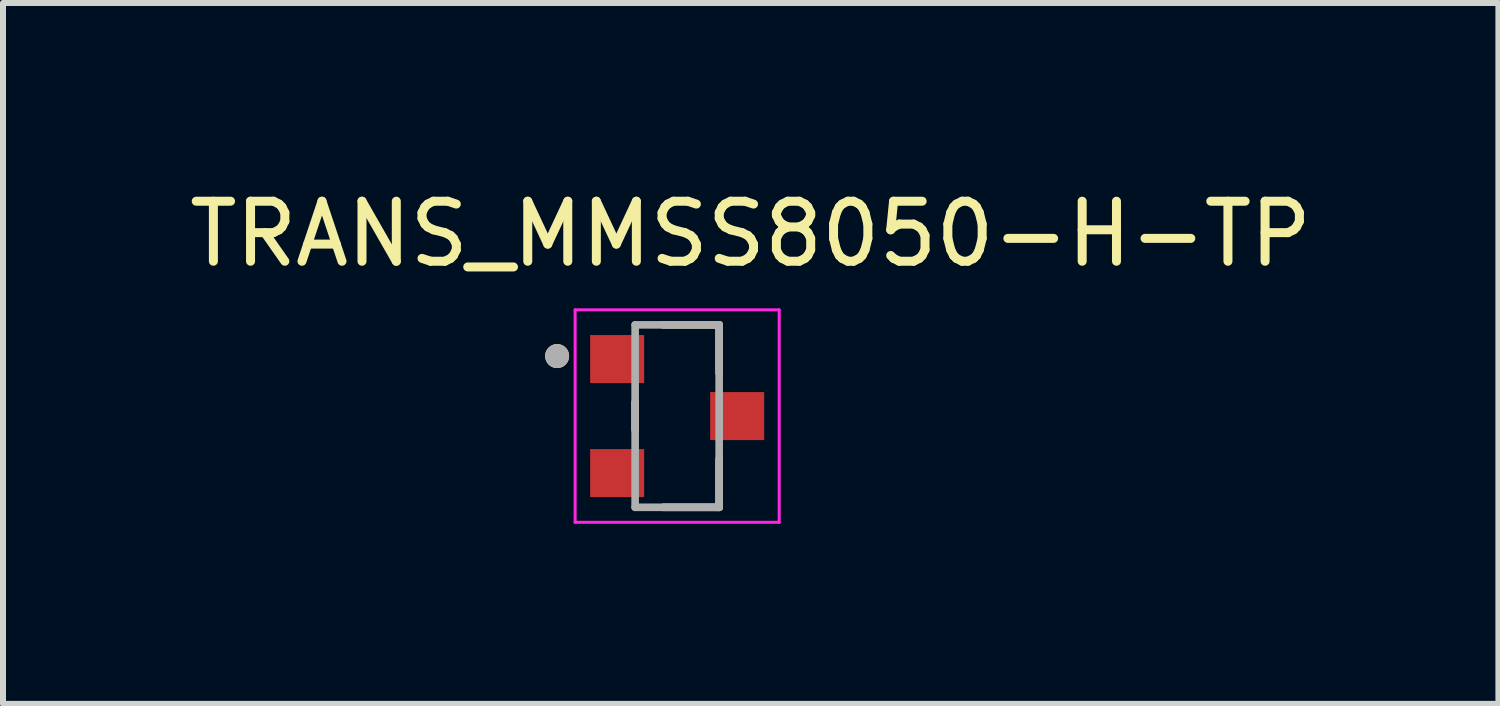
<source format=kicad_pcb>
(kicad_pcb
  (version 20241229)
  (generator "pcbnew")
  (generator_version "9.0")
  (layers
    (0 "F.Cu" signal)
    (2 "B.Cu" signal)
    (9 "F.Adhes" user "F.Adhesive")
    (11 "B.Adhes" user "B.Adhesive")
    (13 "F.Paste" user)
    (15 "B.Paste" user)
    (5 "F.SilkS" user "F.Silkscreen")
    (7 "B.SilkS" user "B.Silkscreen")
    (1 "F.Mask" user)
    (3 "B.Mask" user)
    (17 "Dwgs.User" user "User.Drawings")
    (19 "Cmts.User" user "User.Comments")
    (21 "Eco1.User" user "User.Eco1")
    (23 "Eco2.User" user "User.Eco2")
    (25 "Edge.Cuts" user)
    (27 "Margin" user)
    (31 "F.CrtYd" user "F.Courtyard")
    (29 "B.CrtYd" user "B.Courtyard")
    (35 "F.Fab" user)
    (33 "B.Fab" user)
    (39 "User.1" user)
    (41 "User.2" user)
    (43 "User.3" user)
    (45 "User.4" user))
  (footprint "TRANS_MMSS8050-H-TP"
    (layer "F.Cu")
    (at 8.233 3.883)
    (property "Reference" "TRANS_MMSS8050-H-TP" (at 1.225 -3.035 0) (layer "F.SilkS") (effects (font (size 1 1) (thickness 0.15))))
    (attr smd)
    (fp_line (start -0.7 0.23) (end -0.7 -0.23) (stroke (width 0.127) (type solid)) (layer "F.SilkS"))
    (fp_line (start -0.23 -1.52) (end 0.7 -1.52) (stroke (width 0.127) (type solid)) (layer "F.SilkS"))
    (fp_line (start -0.23 1.52) (end 0.7 1.52) (stroke (width 0.127) (type solid)) (layer "F.SilkS"))
    (fp_line (start 0.7 -1.52) (end 0.7 -0.72) (stroke (width 0.127) (type solid)) (layer "F.SilkS"))
    (fp_line (start 0.7 0.72) (end 0.7 1.52) (stroke (width 0.127) (type solid)) (layer "F.SilkS"))
    (fp_circle (center -2 -1) (end -1.9 -1) (stroke (width 0.2) (type solid)) (fill no) (layer "F.SilkS"))
    (fp_line (start -1.7 -1.77) (end 1.7 -1.77) (stroke (width 0.05) (type solid)) (layer "F.CrtYd"))
    (fp_line (start -1.7 1.77) (end -1.7 -1.77) (stroke (width 0.05) (type solid)) (layer "F.CrtYd"))
    (fp_line (start 1.7 -1.77) (end 1.7 1.77) (stroke (width 0.05) (type solid)) (layer "F.CrtYd"))
    (fp_line (start 1.7 1.77) (end -1.7 1.77) (stroke (width 0.05) (type solid)) (layer "F.CrtYd"))
    (fp_line (start -0.7 -1.52) (end 0.7 -1.52) (stroke (width 0.127) (type solid)) (layer "F.Fab"))
    (fp_line (start -0.7 1.52) (end -0.7 -1.52) (stroke (width 0.127) (type solid)) (layer "F.Fab"))
    (fp_line (start 0.7 -1.52) (end 0.7 1.52) (stroke (width 0.127) (type solid)) (layer "F.Fab"))
    (fp_line (start 0.7 1.52) (end -0.7 1.52) (stroke (width 0.127) (type solid)) (layer "F.Fab"))
    (fp_circle (center -2 -1) (end -1.9 -1) (stroke (width 0.2) (type solid)) (fill no) (layer "F.Fab"))
    (pad "1" smd rect (at -1 -0.95 270) (size 0.8 0.9) (layers "F.Cu" "F.Mask" "F.Paste"))
    (pad "2" smd rect (at -1 0.95 270) (size 0.8 0.9) (layers "F.Cu" "F.Mask" "F.Paste"))
    (pad "3" smd rect (at 1 0 270) (size 0.8 0.9) (layers "F.Cu" "F.Mask" "F.Paste")))
  (gr_rect
    (start -3 -3)
    (end 21.917 8.678)
    (stroke (width 0.1) (type default))
    (fill no)
    (layer "Edge.Cuts")))
</source>
